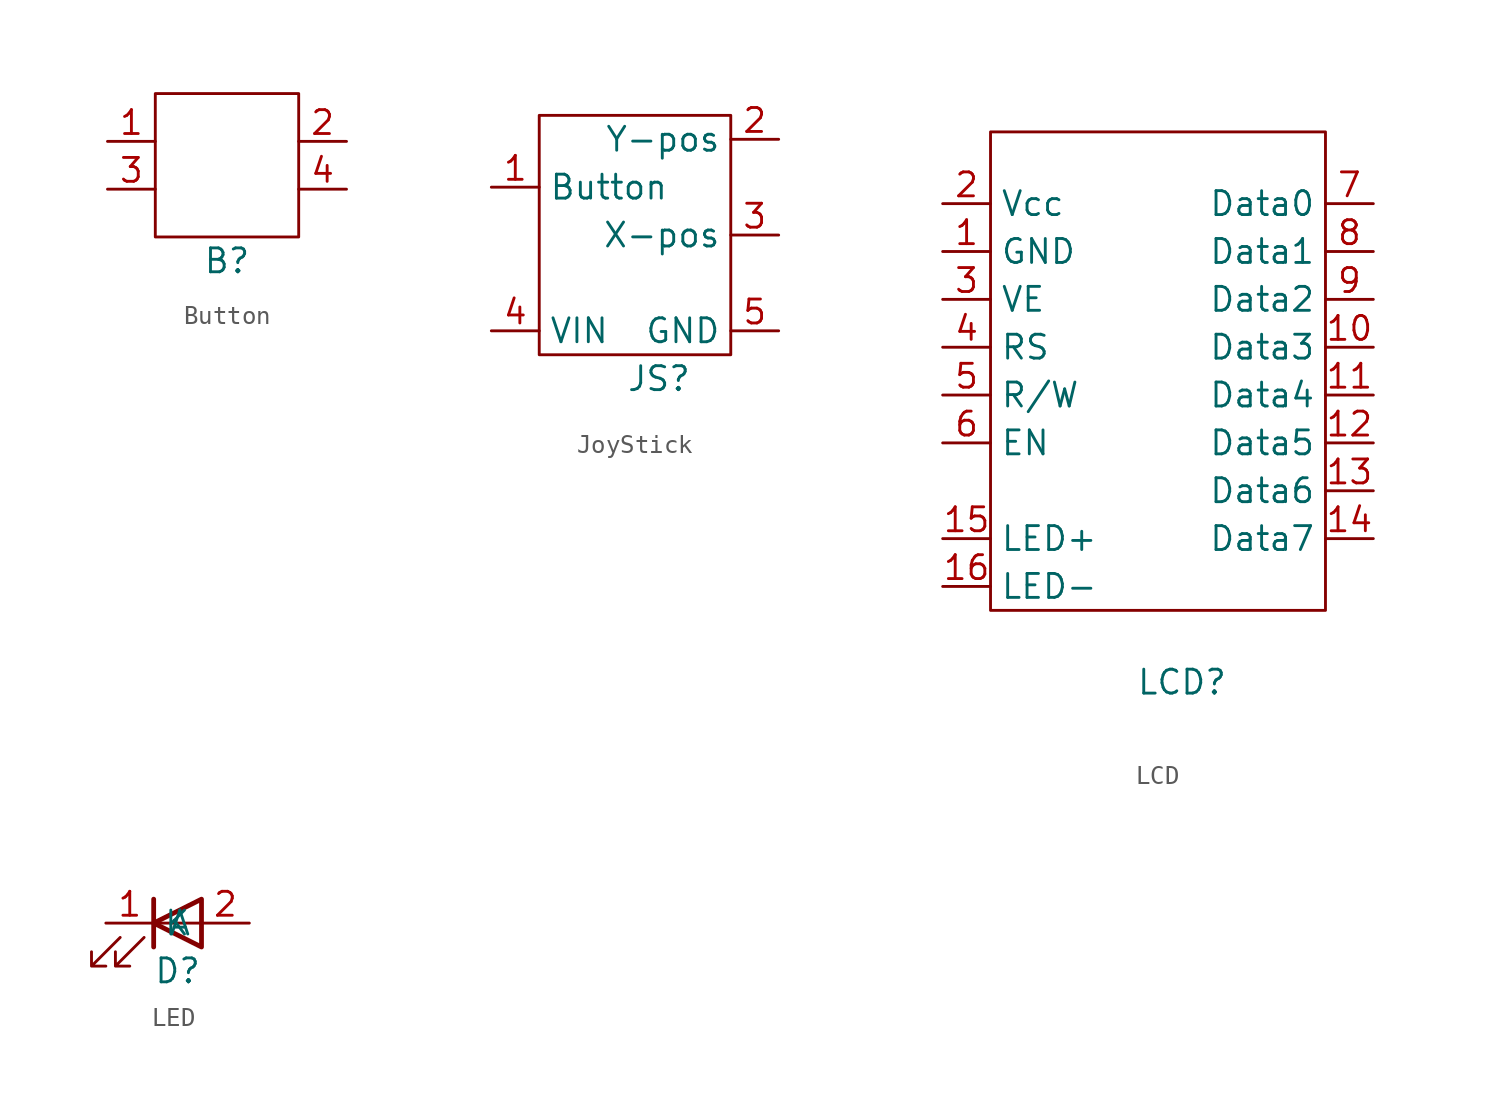
<source format=kicad_sym>
(kicad_symbol_lib
  (version 20241209)
  (generator "kicad_symbol_editor")
  (generator_version "9.0")
  (symbol "Button"
    (property "Reference" "B"
      (at 0 0 0)
      (effects (font (size 1.27 1.27))))
    (property "Value" ""
      (at 0 0 0)
      (effects (font (size 1.27 1.27))))
    (symbol "Button_0_1"
      (rectangle (start -3.81 8.89) (end 3.81 1.27) (stroke (width 0) (type default)) (fill (type none))))
    (symbol "Button_1_1"
      (pin bidirectional line (at -6.35 6.35 0) (length 2.54) (name "" (effects (font (size 1.27 1.27)))) (number "1" (effects (font (size 1.27 1.27)))))
      (pin bidirectional line (at -6.35 3.81 0) (length 2.54) (name "" (effects (font (size 1.27 1.27)))) (number "3" (effects (font (size 1.27 1.27)))))
      (pin bidirectional line (at 6.35 6.35 180) (length 2.54) (name "" (effects (font (size 1.27 1.27)))) (number "2" (effects (font (size 1.27 1.27)))))
      (pin bidirectional line (at 6.35 3.81 180) (length 2.54) (name "" (effects (font (size 1.27 1.27)))) (number "4" (effects (font (size 1.27 1.27)))))))
  (symbol "JoyStick"
    (property "Reference" "JS"
      (at 0 0 0)
      (effects (font (size 1.27 1.27))))
    (property "Value" ""
      (at 0 0 0)
      (effects (font (size 1.27 1.27))))
    (symbol "JoyStick_0_1"
      (rectangle (start -6.35 13.97) (end 3.81 1.27) (stroke (width 0) (type default)) (fill (type none))))
    (symbol "JoyStick_1_1"
      (pin output line (at -8.89 10.16 0) (length 2.54) (name "Button" (effects (font (size 1.27 1.27)))) (number "1" (effects (font (size 1.27 1.27)))))
      (pin input line (at -8.89 2.54 0) (length 2.54) (name "VIN" (effects (font (size 1.27 1.27)))) (number "4" (effects (font (size 1.27 1.27)))))
      (pin output line (at 6.35 12.7 180) (length 2.54) (name "Y-pos" (effects (font (size 1.27 1.27)))) (number "2" (effects (font (size 1.27 1.27)))))
      (pin output line (at 6.35 7.62 180) (length 2.54) (name "X-pos" (effects (font (size 1.27 1.27)))) (number "3" (effects (font (size 1.27 1.27)))))
      (pin input line (at 6.35 2.54 180) (length 2.54) (name "GND" (effects (font (size 1.27 1.27)))) (number "5" (effects (font (size 1.27 1.27)))))))
  (symbol "LCD"
    (property "Reference" "LCD"
      (at 0 0 0)
      (effects (font (size 1.27 1.27))))
    (property "Value" ""
      (at 0 0 0)
      (effects (font (size 1.27 1.27))))
    (symbol "LCD_0_1"
      (rectangle (start 7.62 29.21) (end -10.16 3.81) (stroke (width 0) (type default)) (fill (type none))))
    (symbol "LCD_1_1"
      (pin input line (at -12.7 25.4 0) (length 2.54) (name "Vcc" (effects (font (size 1.27 1.27)))) (number "2" (effects (font (size 1.27 1.27)))))
      (pin input line (at -12.7 22.86 0) (length 2.54) (name "GND" (effects (font (size 1.27 1.27)))) (number "1" (effects (font (size 1.27 1.27)))))
      (pin input line (at -12.7 20.32 0) (length 2.54) (name "VE" (effects (font (size 1.27 1.27)))) (number "3" (effects (font (size 1.27 1.27)))))
      (pin input line (at -12.7 17.78 0) (length 2.54) (name "RS" (effects (font (size 1.27 1.27)))) (number "4" (effects (font (size 1.27 1.27)))))
      (pin input line (at -12.7 15.24 0) (length 2.54) (name "R/W" (effects (font (size 1.27 1.27)))) (number "5" (effects (font (size 1.27 1.27)))))
      (pin input line (at -12.7 12.7 0) (length 2.54) (name "EN" (effects (font (size 1.27 1.27)))) (number "6" (effects (font (size 1.27 1.27)))))
      (pin input line (at -12.7 7.62 0) (length 2.54) (name "LED+" (effects (font (size 1.27 1.27)))) (number "15" (effects (font (size 1.27 1.27)))))
      (pin input line (at -12.7 5.08 0) (length 2.54) (name "LED-" (effects (font (size 1.27 1.27)))) (number "16" (effects (font (size 1.27 1.27)))))
      (pin input line (at 10.16 25.4 180) (length 2.54) (name "Data0" (effects (font (size 1.27 1.27)))) (number "7" (effects (font (size 1.27 1.27)))))
      (pin input line (at 10.16 22.86 180) (length 2.54) (name "Data1" (effects (font (size 1.27 1.27)))) (number "8" (effects (font (size 1.27 1.27)))))
      (pin input line (at 10.16 20.32 180) (length 2.54) (name "Data2" (effects (font (size 1.27 1.27)))) (number "9" (effects (font (size 1.27 1.27)))))
      (pin input line (at 10.16 17.78 180) (length 2.54) (name "Data3" (effects (font (size 1.27 1.27)))) (number "10" (effects (font (size 1.27 1.27)))))
      (pin input line (at 10.16 15.24 180) (length 2.54) (name "Data4" (effects (font (size 1.27 1.27)))) (number "11" (effects (font (size 1.27 1.27)))))
      (pin input line (at 10.16 12.7 180) (length 2.54) (name "Data5" (effects (font (size 1.27 1.27)))) (number "12" (effects (font (size 1.27 1.27)))))
      (pin input line (at 10.16 10.16 180) (length 2.54) (name "Data6" (effects (font (size 1.27 1.27)))) (number "13" (effects (font (size 1.27 1.27)))))
      (pin input line (at 10.16 7.62 180) (length 2.54) (name "Data7" (effects (font (size 1.27 1.27)))) (number "14" (effects (font (size 1.27 1.27)))))))
  (symbol "LED"
    (property "Reference" "D"
      (at 0 0 0)
      (effects (font (size 1.27 1.27))))
    (property "Value" ""
      (at 0 0 0)
      (effects (font (size 1.27 1.27))))
    (symbol "LED_0_1"
      (polyline (pts (xy -3.048 1.778) (xy -4.572 0.254) (xy -3.81 0.254) (xy -4.572 0.254) (xy -4.572 1.016)) (stroke (width 0) (type default)) (fill (type none)))
      (polyline (pts (xy -1.778 1.778) (xy -3.302 0.254) (xy -2.54 0.254) (xy -3.302 0.254) (xy -3.302 1.016)) (stroke (width 0) (type default)) (fill (type none)))
      (polyline (pts (xy -1.27 2.54) (xy 1.27 2.54)) (stroke (width 0) (type default)) (fill (type none)))
      (polyline (pts (xy -1.27 1.27) (xy -1.27 3.81)) (stroke (width 0.254) (type default)) (fill (type none)))
      (polyline (pts (xy 1.27 1.27) (xy 1.27 3.81) (xy -1.27 2.54) (xy 1.27 1.27)) (stroke (width 0.254) (type default)) (fill (type none))))
    (symbol "LED_1_1"
      (pin passive line (at -3.81 2.54 0) (length 2.54) (name "K" (effects (font (size 1.27 1.27)))) (number "1" (effects (font (size 1.27 1.27)))))
      (pin passive line (at 3.81 2.54 180) (length 2.54) (name "A" (effects (font (size 1.27 1.27)))) (number "2" (effects (font (size 1.27 1.27))))))))
</source>
